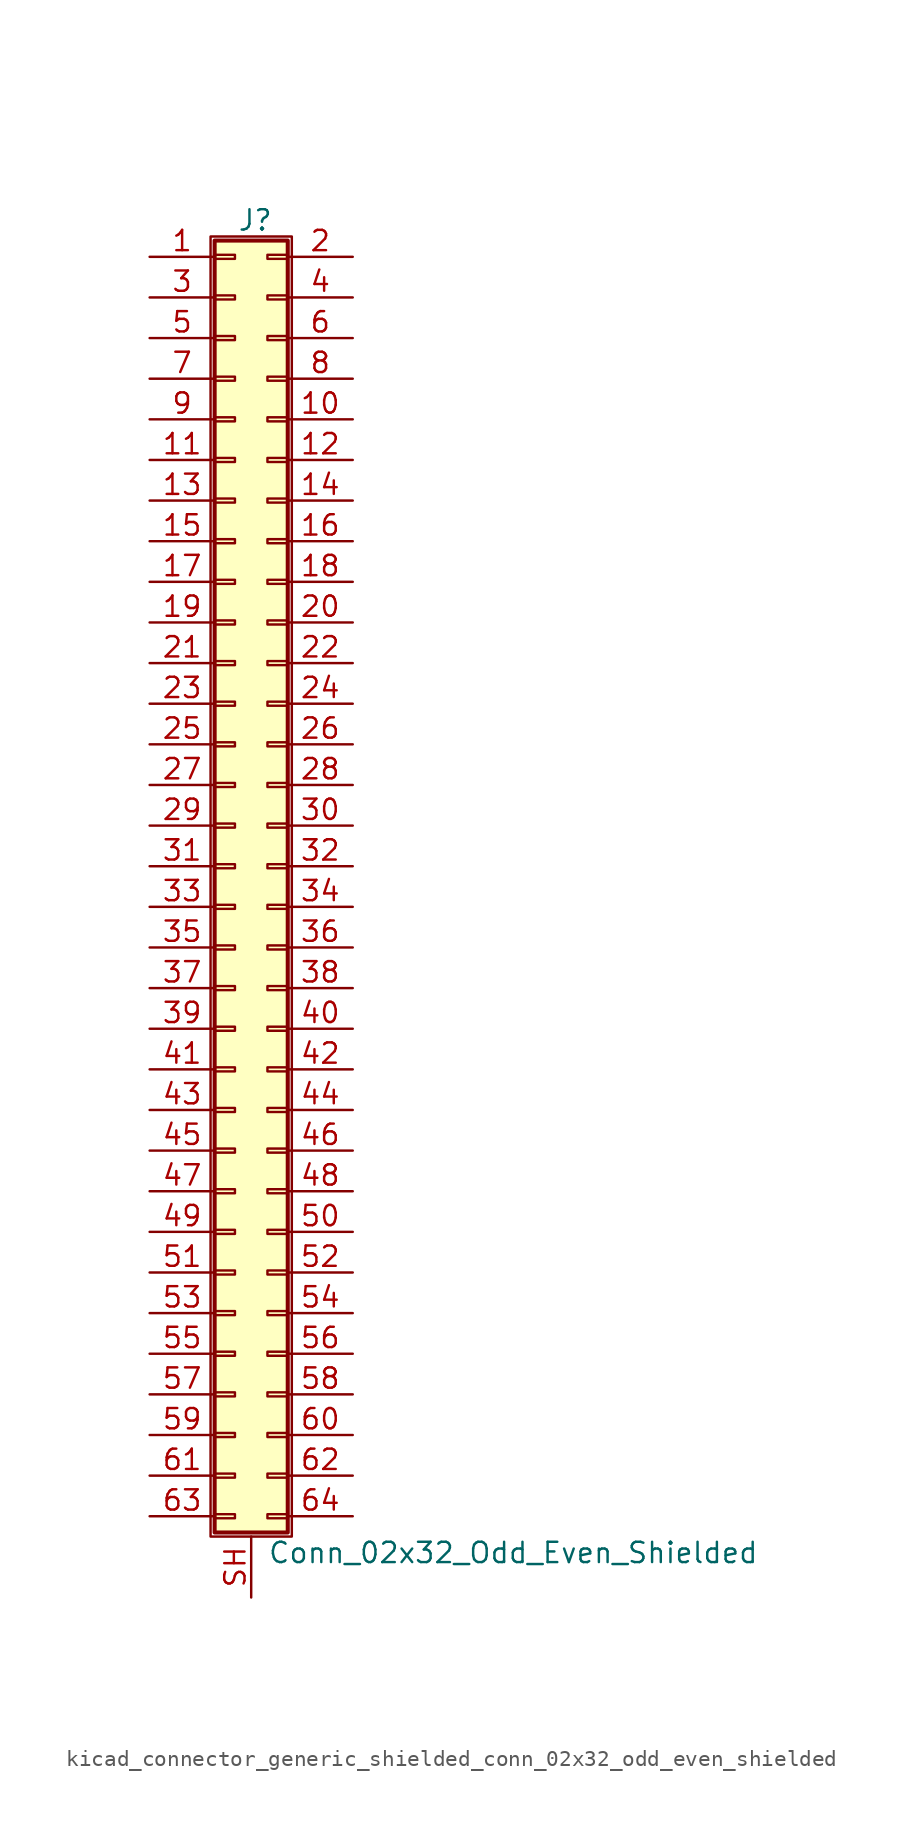
<source format=kicad_sym>
(kicad_symbol_lib
  (version 20220914)
  (generator kicad_symbol_editor)
  (symbol "kicad_connector_generic_shielded_conn_02x32_odd_even_shielded"
    (pin_names
      (offset 1.016) hide)
    (property "Reference" "J"
      (at 1.524 40.386 0)
      (effects (font (size 1.27 1.27))))
    (property "Value" "Conn_02x32_Odd_Even_Shielded"
      (at 2.286 -42.926 0)
      (effects (font (size 1.27 1.27)) (justify left)))
    (symbol "kicad_connector_generic_shielded_conn_02x32_odd_even_shielded_1_1"
      (rectangle (start -1.27 39.37) (end 3.81 -41.91) (stroke (width 0.152) (type default)) (fill (type none)))
      (rectangle (start -1.016 -40.513) (end 0.254 -40.767) (stroke (width 0.152) (type default)) (fill (type none)))
      (rectangle (start -1.016 -37.973) (end 0.254 -38.227) (stroke (width 0.152) (type default)) (fill (type none)))
      (rectangle (start -1.016 -35.433) (end 0.254 -35.687) (stroke (width 0.152) (type default)) (fill (type none)))
      (rectangle (start -1.016 -32.893) (end 0.254 -33.147) (stroke (width 0.152) (type default)) (fill (type none)))
      (rectangle (start -1.016 -30.353) (end 0.254 -30.607) (stroke (width 0.152) (type default)) (fill (type none)))
      (rectangle (start -1.016 -27.813) (end 0.254 -28.067) (stroke (width 0.152) (type default)) (fill (type none)))
      (rectangle (start -1.016 -25.273) (end 0.254 -25.527) (stroke (width 0.152) (type default)) (fill (type none)))
      (rectangle (start -1.016 -22.733) (end 0.254 -22.987) (stroke (width 0.152) (type default)) (fill (type none)))
      (rectangle (start -1.016 -20.193) (end 0.254 -20.447) (stroke (width 0.152) (type default)) (fill (type none)))
      (rectangle (start -1.016 -17.653) (end 0.254 -17.907) (stroke (width 0.152) (type default)) (fill (type none)))
      (rectangle (start -1.016 -15.113) (end 0.254 -15.367) (stroke (width 0.152) (type default)) (fill (type none)))
      (rectangle (start -1.016 -12.573) (end 0.254 -12.827) (stroke (width 0.152) (type default)) (fill (type none)))
      (rectangle (start -1.016 -10.033) (end 0.254 -10.287) (stroke (width 0.152) (type default)) (fill (type none)))
      (rectangle (start -1.016 -7.493) (end 0.254 -7.747) (stroke (width 0.152) (type default)) (fill (type none)))
      (rectangle (start -1.016 -4.953) (end 0.254 -5.207) (stroke (width 0.152) (type default)) (fill (type none)))
      (rectangle (start -1.016 -2.413) (end 0.254 -2.667) (stroke (width 0.152) (type default)) (fill (type none)))
      (rectangle (start -1.016 0.127) (end 0.254 -0.127) (stroke (width 0.152) (type default)) (fill (type none)))
      (rectangle (start -1.016 2.667) (end 0.254 2.413) (stroke (width 0.152) (type default)) (fill (type none)))
      (rectangle (start -1.016 5.207) (end 0.254 4.953) (stroke (width 0.152) (type default)) (fill (type none)))
      (rectangle (start -1.016 7.747) (end 0.254 7.493) (stroke (width 0.152) (type default)) (fill (type none)))
      (rectangle (start -1.016 10.287) (end 0.254 10.033) (stroke (width 0.152) (type default)) (fill (type none)))
      (rectangle (start -1.016 12.827) (end 0.254 12.573) (stroke (width 0.152) (type default)) (fill (type none)))
      (rectangle (start -1.016 15.367) (end 0.254 15.113) (stroke (width 0.152) (type default)) (fill (type none)))
      (rectangle (start -1.016 17.907) (end 0.254 17.653) (stroke (width 0.152) (type default)) (fill (type none)))
      (rectangle (start -1.016 20.447) (end 0.254 20.193) (stroke (width 0.152) (type default)) (fill (type none)))
      (rectangle (start -1.016 22.987) (end 0.254 22.733) (stroke (width 0.152) (type default)) (fill (type none)))
      (rectangle (start -1.016 25.527) (end 0.254 25.273) (stroke (width 0.152) (type default)) (fill (type none)))
      (rectangle (start -1.016 28.067) (end 0.254 27.813) (stroke (width 0.152) (type default)) (fill (type none)))
      (rectangle (start -1.016 30.607) (end 0.254 30.353) (stroke (width 0.152) (type default)) (fill (type none)))
      (rectangle (start -1.016 33.147) (end 0.254 32.893) (stroke (width 0.152) (type default)) (fill (type none)))
      (rectangle (start -1.016 35.687) (end 0.254 35.433) (stroke (width 0.152) (type default)) (fill (type none)))
      (rectangle (start -1.016 38.227) (end 0.254 37.973) (stroke (width 0.152) (type default)) (fill (type none)))
      (rectangle (start -1.016 39.116) (end 3.556 -41.656) (stroke (width 0.254) (type default)) (fill (type background)))
      (rectangle (start 3.556 -40.513) (end 2.286 -40.767) (stroke (width 0.152) (type default)) (fill (type none)))
      (rectangle (start 3.556 -37.973) (end 2.286 -38.227) (stroke (width 0.152) (type default)) (fill (type none)))
      (rectangle (start 3.556 -35.433) (end 2.286 -35.687) (stroke (width 0.152) (type default)) (fill (type none)))
      (rectangle (start 3.556 -32.893) (end 2.286 -33.147) (stroke (width 0.152) (type default)) (fill (type none)))
      (rectangle (start 3.556 -30.353) (end 2.286 -30.607) (stroke (width 0.152) (type default)) (fill (type none)))
      (rectangle (start 3.556 -27.813) (end 2.286 -28.067) (stroke (width 0.152) (type default)) (fill (type none)))
      (rectangle (start 3.556 -25.273) (end 2.286 -25.527) (stroke (width 0.152) (type default)) (fill (type none)))
      (rectangle (start 3.556 -22.733) (end 2.286 -22.987) (stroke (width 0.152) (type default)) (fill (type none)))
      (rectangle (start 3.556 -20.193) (end 2.286 -20.447) (stroke (width 0.152) (type default)) (fill (type none)))
      (rectangle (start 3.556 -17.653) (end 2.286 -17.907) (stroke (width 0.152) (type default)) (fill (type none)))
      (rectangle (start 3.556 -15.113) (end 2.286 -15.367) (stroke (width 0.152) (type default)) (fill (type none)))
      (rectangle (start 3.556 -12.573) (end 2.286 -12.827) (stroke (width 0.152) (type default)) (fill (type none)))
      (rectangle (start 3.556 -10.033) (end 2.286 -10.287) (stroke (width 0.152) (type default)) (fill (type none)))
      (rectangle (start 3.556 -7.493) (end 2.286 -7.747) (stroke (width 0.152) (type default)) (fill (type none)))
      (rectangle (start 3.556 -4.953) (end 2.286 -5.207) (stroke (width 0.152) (type default)) (fill (type none)))
      (rectangle (start 3.556 -2.413) (end 2.286 -2.667) (stroke (width 0.152) (type default)) (fill (type none)))
      (rectangle (start 3.556 0.127) (end 2.286 -0.127) (stroke (width 0.152) (type default)) (fill (type none)))
      (rectangle (start 3.556 2.667) (end 2.286 2.413) (stroke (width 0.152) (type default)) (fill (type none)))
      (rectangle (start 3.556 5.207) (end 2.286 4.953) (stroke (width 0.152) (type default)) (fill (type none)))
      (rectangle (start 3.556 7.747) (end 2.286 7.493) (stroke (width 0.152) (type default)) (fill (type none)))
      (rectangle (start 3.556 10.287) (end 2.286 10.033) (stroke (width 0.152) (type default)) (fill (type none)))
      (rectangle (start 3.556 12.827) (end 2.286 12.573) (stroke (width 0.152) (type default)) (fill (type none)))
      (rectangle (start 3.556 15.367) (end 2.286 15.113) (stroke (width 0.152) (type default)) (fill (type none)))
      (rectangle (start 3.556 17.907) (end 2.286 17.653) (stroke (width 0.152) (type default)) (fill (type none)))
      (rectangle (start 3.556 20.447) (end 2.286 20.193) (stroke (width 0.152) (type default)) (fill (type none)))
      (rectangle (start 3.556 22.987) (end 2.286 22.733) (stroke (width 0.152) (type default)) (fill (type none)))
      (rectangle (start 3.556 25.527) (end 2.286 25.273) (stroke (width 0.152) (type default)) (fill (type none)))
      (rectangle (start 3.556 28.067) (end 2.286 27.813) (stroke (width 0.152) (type default)) (fill (type none)))
      (rectangle (start 3.556 30.607) (end 2.286 30.353) (stroke (width 0.152) (type default)) (fill (type none)))
      (rectangle (start 3.556 33.147) (end 2.286 32.893) (stroke (width 0.152) (type default)) (fill (type none)))
      (rectangle (start 3.556 35.687) (end 2.286 35.433) (stroke (width 0.152) (type default)) (fill (type none)))
      (rectangle (start 3.556 38.227) (end 2.286 37.973) (stroke (width 0.152) (type default)) (fill (type none)))
      (pin passive line (at -5.08 38.1 0) (length 4.064) (name "Pin_1" (effects (font (size 1.27 1.27)))) (number "1" (effects (font (size 1.27 1.27)))))
      (pin passive line (at 7.62 27.94 180) (length 4.064) (name "Pin_10" (effects (font (size 1.27 1.27)))) (number "10" (effects (font (size 1.27 1.27)))))
      (pin passive line (at -5.08 25.4 0) (length 4.064) (name "Pin_11" (effects (font (size 1.27 1.27)))) (number "11" (effects (font (size 1.27 1.27)))))
      (pin passive line (at 7.62 25.4 180) (length 4.064) (name "Pin_12" (effects (font (size 1.27 1.27)))) (number "12" (effects (font (size 1.27 1.27)))))
      (pin passive line (at -5.08 22.86 0) (length 4.064) (name "Pin_13" (effects (font (size 1.27 1.27)))) (number "13" (effects (font (size 1.27 1.27)))))
      (pin passive line (at 7.62 22.86 180) (length 4.064) (name "Pin_14" (effects (font (size 1.27 1.27)))) (number "14" (effects (font (size 1.27 1.27)))))
      (pin passive line (at -5.08 20.32 0) (length 4.064) (name "Pin_15" (effects (font (size 1.27 1.27)))) (number "15" (effects (font (size 1.27 1.27)))))
      (pin passive line (at 7.62 20.32 180) (length 4.064) (name "Pin_16" (effects (font (size 1.27 1.27)))) (number "16" (effects (font (size 1.27 1.27)))))
      (pin passive line (at -5.08 17.78 0) (length 4.064) (name "Pin_17" (effects (font (size 1.27 1.27)))) (number "17" (effects (font (size 1.27 1.27)))))
      (pin passive line (at 7.62 17.78 180) (length 4.064) (name "Pin_18" (effects (font (size 1.27 1.27)))) (number "18" (effects (font (size 1.27 1.27)))))
      (pin passive line (at -5.08 15.24 0) (length 4.064) (name "Pin_19" (effects (font (size 1.27 1.27)))) (number "19" (effects (font (size 1.27 1.27)))))
      (pin passive line (at 7.62 38.1 180) (length 4.064) (name "Pin_2" (effects (font (size 1.27 1.27)))) (number "2" (effects (font (size 1.27 1.27)))))
      (pin passive line (at 7.62 15.24 180) (length 4.064) (name "Pin_20" (effects (font (size 1.27 1.27)))) (number "20" (effects (font (size 1.27 1.27)))))
      (pin passive line (at -5.08 12.7 0) (length 4.064) (name "Pin_21" (effects (font (size 1.27 1.27)))) (number "21" (effects (font (size 1.27 1.27)))))
      (pin passive line (at 7.62 12.7 180) (length 4.064) (name "Pin_22" (effects (font (size 1.27 1.27)))) (number "22" (effects (font (size 1.27 1.27)))))
      (pin passive line (at -5.08 10.16 0) (length 4.064) (name "Pin_23" (effects (font (size 1.27 1.27)))) (number "23" (effects (font (size 1.27 1.27)))))
      (pin passive line (at 7.62 10.16 180) (length 4.064) (name "Pin_24" (effects (font (size 1.27 1.27)))) (number "24" (effects (font (size 1.27 1.27)))))
      (pin passive line (at -5.08 7.62 0) (length 4.064) (name "Pin_25" (effects (font (size 1.27 1.27)))) (number "25" (effects (font (size 1.27 1.27)))))
      (pin passive line (at 7.62 7.62 180) (length 4.064) (name "Pin_26" (effects (font (size 1.27 1.27)))) (number "26" (effects (font (size 1.27 1.27)))))
      (pin passive line (at -5.08 5.08 0) (length 4.064) (name "Pin_27" (effects (font (size 1.27 1.27)))) (number "27" (effects (font (size 1.27 1.27)))))
      (pin passive line (at 7.62 5.08 180) (length 4.064) (name "Pin_28" (effects (font (size 1.27 1.27)))) (number "28" (effects (font (size 1.27 1.27)))))
      (pin passive line (at -5.08 2.54 0) (length 4.064) (name "Pin_29" (effects (font (size 1.27 1.27)))) (number "29" (effects (font (size 1.27 1.27)))))
      (pin passive line (at -5.08 35.56 0) (length 4.064) (name "Pin_3" (effects (font (size 1.27 1.27)))) (number "3" (effects (font (size 1.27 1.27)))))
      (pin passive line (at 7.62 2.54 180) (length 4.064) (name "Pin_30" (effects (font (size 1.27 1.27)))) (number "30" (effects (font (size 1.27 1.27)))))
      (pin passive line (at -5.08 0 0) (length 4.064) (name "Pin_31" (effects (font (size 1.27 1.27)))) (number "31" (effects (font (size 1.27 1.27)))))
      (pin passive line (at 7.62 0 180) (length 4.064) (name "Pin_32" (effects (font (size 1.27 1.27)))) (number "32" (effects (font (size 1.27 1.27)))))
      (pin passive line (at -5.08 -2.54 0) (length 4.064) (name "Pin_33" (effects (font (size 1.27 1.27)))) (number "33" (effects (font (size 1.27 1.27)))))
      (pin passive line (at 7.62 -2.54 180) (length 4.064) (name "Pin_34" (effects (font (size 1.27 1.27)))) (number "34" (effects (font (size 1.27 1.27)))))
      (pin passive line (at -5.08 -5.08 0) (length 4.064) (name "Pin_35" (effects (font (size 1.27 1.27)))) (number "35" (effects (font (size 1.27 1.27)))))
      (pin passive line (at 7.62 -5.08 180) (length 4.064) (name "Pin_36" (effects (font (size 1.27 1.27)))) (number "36" (effects (font (size 1.27 1.27)))))
      (pin passive line (at -5.08 -7.62 0) (length 4.064) (name "Pin_37" (effects (font (size 1.27 1.27)))) (number "37" (effects (font (size 1.27 1.27)))))
      (pin passive line (at 7.62 -7.62 180) (length 4.064) (name "Pin_38" (effects (font (size 1.27 1.27)))) (number "38" (effects (font (size 1.27 1.27)))))
      (pin passive line (at -5.08 -10.16 0) (length 4.064) (name "Pin_39" (effects (font (size 1.27 1.27)))) (number "39" (effects (font (size 1.27 1.27)))))
      (pin passive line (at 7.62 35.56 180) (length 4.064) (name "Pin_4" (effects (font (size 1.27 1.27)))) (number "4" (effects (font (size 1.27 1.27)))))
      (pin passive line (at 7.62 -10.16 180) (length 4.064) (name "Pin_40" (effects (font (size 1.27 1.27)))) (number "40" (effects (font (size 1.27 1.27)))))
      (pin passive line (at -5.08 -12.7 0) (length 4.064) (name "Pin_41" (effects (font (size 1.27 1.27)))) (number "41" (effects (font (size 1.27 1.27)))))
      (pin passive line (at 7.62 -12.7 180) (length 4.064) (name "Pin_42" (effects (font (size 1.27 1.27)))) (number "42" (effects (font (size 1.27 1.27)))))
      (pin passive line (at -5.08 -15.24 0) (length 4.064) (name "Pin_43" (effects (font (size 1.27 1.27)))) (number "43" (effects (font (size 1.27 1.27)))))
      (pin passive line (at 7.62 -15.24 180) (length 4.064) (name "Pin_44" (effects (font (size 1.27 1.27)))) (number "44" (effects (font (size 1.27 1.27)))))
      (pin passive line (at -5.08 -17.78 0) (length 4.064) (name "Pin_45" (effects (font (size 1.27 1.27)))) (number "45" (effects (font (size 1.27 1.27)))))
      (pin passive line (at 7.62 -17.78 180) (length 4.064) (name "Pin_46" (effects (font (size 1.27 1.27)))) (number "46" (effects (font (size 1.27 1.27)))))
      (pin passive line (at -5.08 -20.32 0) (length 4.064) (name "Pin_47" (effects (font (size 1.27 1.27)))) (number "47" (effects (font (size 1.27 1.27)))))
      (pin passive line (at 7.62 -20.32 180) (length 4.064) (name "Pin_48" (effects (font (size 1.27 1.27)))) (number "48" (effects (font (size 1.27 1.27)))))
      (pin passive line (at -5.08 -22.86 0) (length 4.064) (name "Pin_49" (effects (font (size 1.27 1.27)))) (number "49" (effects (font (size 1.27 1.27)))))
      (pin passive line (at -5.08 33.02 0) (length 4.064) (name "Pin_5" (effects (font (size 1.27 1.27)))) (number "5" (effects (font (size 1.27 1.27)))))
      (pin passive line (at 7.62 -22.86 180) (length 4.064) (name "Pin_50" (effects (font (size 1.27 1.27)))) (number "50" (effects (font (size 1.27 1.27)))))
      (pin passive line (at -5.08 -25.4 0) (length 4.064) (name "Pin_51" (effects (font (size 1.27 1.27)))) (number "51" (effects (font (size 1.27 1.27)))))
      (pin passive line (at 7.62 -25.4 180) (length 4.064) (name "Pin_52" (effects (font (size 1.27 1.27)))) (number "52" (effects (font (size 1.27 1.27)))))
      (pin passive line (at -5.08 -27.94 0) (length 4.064) (name "Pin_53" (effects (font (size 1.27 1.27)))) (number "53" (effects (font (size 1.27 1.27)))))
      (pin passive line (at 7.62 -27.94 180) (length 4.064) (name "Pin_54" (effects (font (size 1.27 1.27)))) (number "54" (effects (font (size 1.27 1.27)))))
      (pin passive line (at -5.08 -30.48 0) (length 4.064) (name "Pin_55" (effects (font (size 1.27 1.27)))) (number "55" (effects (font (size 1.27 1.27)))))
      (pin passive line (at 7.62 -30.48 180) (length 4.064) (name "Pin_56" (effects (font (size 1.27 1.27)))) (number "56" (effects (font (size 1.27 1.27)))))
      (pin passive line (at -5.08 -33.02 0) (length 4.064) (name "Pin_57" (effects (font (size 1.27 1.27)))) (number "57" (effects (font (size 1.27 1.27)))))
      (pin passive line (at 7.62 -33.02 180) (length 4.064) (name "Pin_58" (effects (font (size 1.27 1.27)))) (number "58" (effects (font (size 1.27 1.27)))))
      (pin passive line (at -5.08 -35.56 0) (length 4.064) (name "Pin_59" (effects (font (size 1.27 1.27)))) (number "59" (effects (font (size 1.27 1.27)))))
      (pin passive line (at 7.62 33.02 180) (length 4.064) (name "Pin_6" (effects (font (size 1.27 1.27)))) (number "6" (effects (font (size 1.27 1.27)))))
      (pin passive line (at 7.62 -35.56 180) (length 4.064) (name "Pin_60" (effects (font (size 1.27 1.27)))) (number "60" (effects (font (size 1.27 1.27)))))
      (pin passive line (at -5.08 -38.1 0) (length 4.064) (name "Pin_61" (effects (font (size 1.27 1.27)))) (number "61" (effects (font (size 1.27 1.27)))))
      (pin passive line (at 7.62 -38.1 180) (length 4.064) (name "Pin_62" (effects (font (size 1.27 1.27)))) (number "62" (effects (font (size 1.27 1.27)))))
      (pin passive line (at -5.08 -40.64 0) (length 4.064) (name "Pin_63" (effects (font (size 1.27 1.27)))) (number "63" (effects (font (size 1.27 1.27)))))
      (pin passive line (at 7.62 -40.64 180) (length 4.064) (name "Pin_64" (effects (font (size 1.27 1.27)))) (number "64" (effects (font (size 1.27 1.27)))))
      (pin passive line (at -5.08 30.48 0) (length 4.064) (name "Pin_7" (effects (font (size 1.27 1.27)))) (number "7" (effects (font (size 1.27 1.27)))))
      (pin passive line (at 7.62 30.48 180) (length 4.064) (name "Pin_8" (effects (font (size 1.27 1.27)))) (number "8" (effects (font (size 1.27 1.27)))))
      (pin passive line (at -5.08 27.94 0) (length 4.064) (name "Pin_9" (effects (font (size 1.27 1.27)))) (number "9" (effects (font (size 1.27 1.27)))))
      (pin passive line (at 1.27 -45.72 90) (length 3.81) (name "Shield" (effects (font (size 1.27 1.27)))) (number "SH" (effects (font (size 1.27 1.27))))))))
</source>
